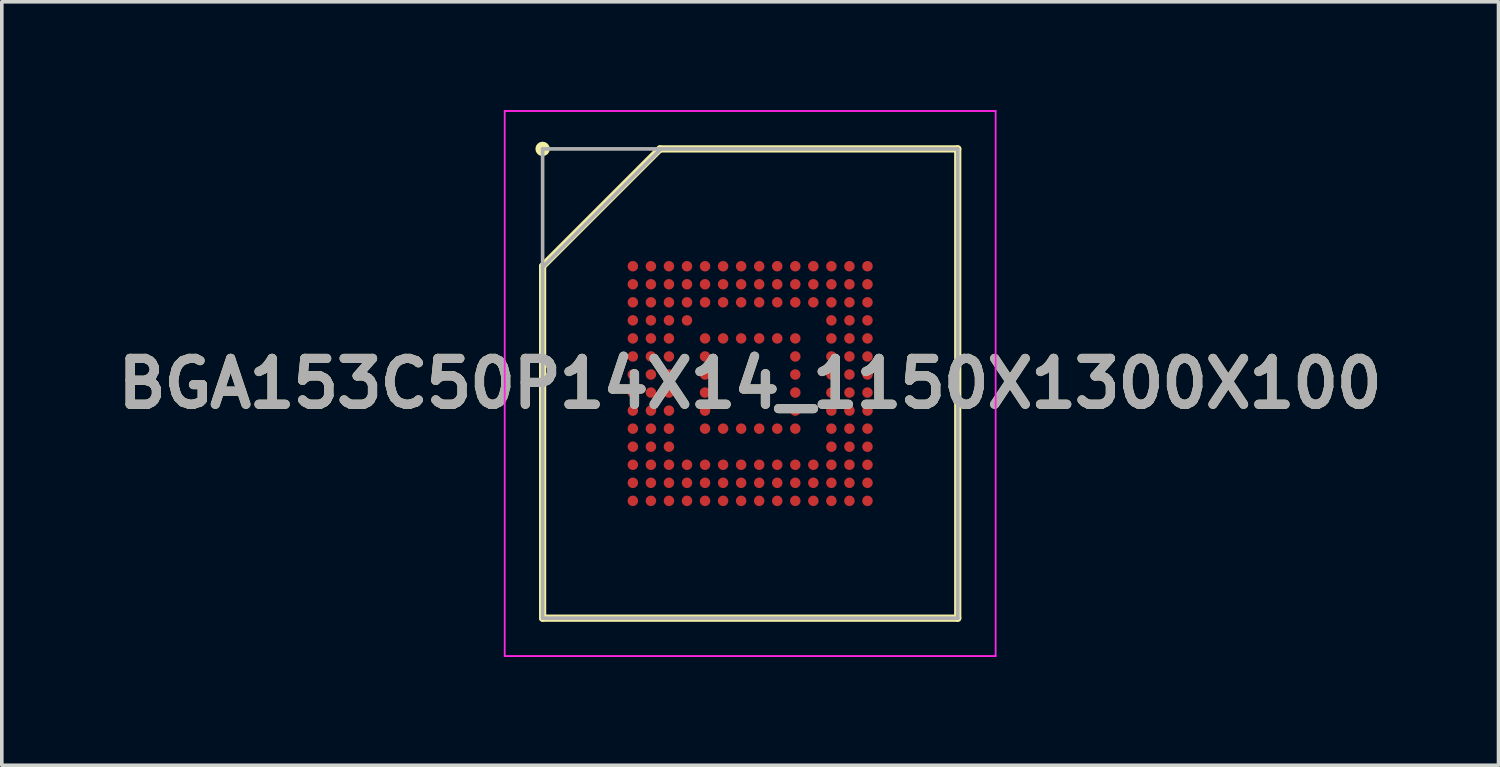
<source format=kicad_pcb>
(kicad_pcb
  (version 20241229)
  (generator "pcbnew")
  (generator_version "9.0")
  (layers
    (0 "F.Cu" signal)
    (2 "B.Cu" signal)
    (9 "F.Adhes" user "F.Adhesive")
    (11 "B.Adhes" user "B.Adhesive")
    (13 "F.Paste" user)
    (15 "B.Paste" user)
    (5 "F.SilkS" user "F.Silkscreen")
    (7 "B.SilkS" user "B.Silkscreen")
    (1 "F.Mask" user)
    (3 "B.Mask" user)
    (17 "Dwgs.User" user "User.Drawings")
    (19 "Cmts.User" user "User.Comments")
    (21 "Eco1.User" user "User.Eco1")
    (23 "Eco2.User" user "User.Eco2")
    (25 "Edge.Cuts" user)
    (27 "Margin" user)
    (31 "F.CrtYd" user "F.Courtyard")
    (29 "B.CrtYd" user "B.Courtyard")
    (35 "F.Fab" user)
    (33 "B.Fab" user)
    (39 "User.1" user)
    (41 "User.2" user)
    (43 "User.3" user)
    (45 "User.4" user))
  (footprint "BGA153C50P14X14_1150X1300X100"
    (layer "F.Cu")
    (at 17.732 7.575)
    (property "Reference" "BGA153C50P14X14_1150X1300X100" (at 0 0 0) (layer "F.SilkS") (effects (font (size 1.27 1.27) (thickness 0.254))))
    (attr smd)
    (fp_line (start -5.75 -3.25) (end -2.5 -6.5) (stroke (width 0.2) (type solid)) (layer "F.SilkS"))
    (fp_line (start -5.75 6.5) (end -5.75 -3.25) (stroke (width 0.2) (type solid)) (layer "F.SilkS"))
    (fp_line (start -2.5 -6.5) (end 5.75 -6.5) (stroke (width 0.2) (type solid)) (layer "F.SilkS"))
    (fp_line (start 5.75 -6.5) (end 5.75 6.5) (stroke (width 0.2) (type solid)) (layer "F.SilkS"))
    (fp_line (start 5.75 6.5) (end -5.75 6.5) (stroke (width 0.2) (type solid)) (layer "F.SilkS"))
    (fp_circle (center -5.75 -6.5) (end -5.75 -6.4) (stroke (width 0.2) (type solid)) (fill no) (layer "F.SilkS"))
    (fp_line (start -6.8 -7.55) (end 6.8 -7.55) (stroke (width 0.05) (type solid)) (layer "F.CrtYd"))
    (fp_line (start -6.8 7.55) (end -6.8 -7.55) (stroke (width 0.05) (type solid)) (layer "F.CrtYd"))
    (fp_line (start 6.8 -7.55) (end 6.8 7.55) (stroke (width 0.05) (type solid)) (layer "F.CrtYd"))
    (fp_line (start 6.8 7.55) (end -6.8 7.55) (stroke (width 0.05) (type solid)) (layer "F.CrtYd"))
    (fp_line (start -5.75 -6.5) (end 5.75 -6.5) (stroke (width 0.1) (type solid)) (layer "F.Fab"))
    (fp_line (start -5.75 -3.225) (end -2.475 -6.5) (stroke (width 0.1) (type solid)) (layer "F.Fab"))
    (fp_line (start -5.75 6.5) (end -5.75 -6.5) (stroke (width 0.1) (type solid)) (layer "F.Fab"))
    (fp_line (start 5.75 -6.5) (end 5.75 6.5) (stroke (width 0.1) (type solid)) (layer "F.Fab"))
    (fp_line (start 5.75 6.5) (end -5.75 6.5) (stroke (width 0.1) (type solid)) (layer "F.Fab"))
    (fp_text user "${REFERENCE}" (at 0 0 0) (layer "F.Fab") (effects (font (size 1.27 1.27) (thickness 0.254))))
    (pad "A1" smd circle (at -3.25 -3.25 90) (size 0.29 0.29) (layers "F.Cu" "F.Mask" "F.Paste"))
    (pad "A2" smd circle (at -2.75 -3.25 90) (size 0.29 0.29) (layers "F.Cu" "F.Mask" "F.Paste"))
    (pad "A3" smd circle (at -2.25 -3.25 90) (size 0.29 0.29) (layers "F.Cu" "F.Mask" "F.Paste"))
    (pad "A4" smd circle (at -1.75 -3.25 90) (size 0.29 0.29) (layers "F.Cu" "F.Mask" "F.Paste"))
    (pad "A5" smd circle (at -1.25 -3.25 90) (size 0.29 0.29) (layers "F.Cu" "F.Mask" "F.Paste"))
    (pad "A6" smd circle (at -0.75 -3.25 90) (size 0.29 0.29) (layers "F.Cu" "F.Mask" "F.Paste"))
    (pad "A7" smd circle (at -0.25 -3.25 90) (size 0.29 0.29) (layers "F.Cu" "F.Mask" "F.Paste"))
    (pad "A8" smd circle (at 0.25 -3.25 90) (size 0.29 0.29) (layers "F.Cu" "F.Mask" "F.Paste"))
    (pad "A9" smd circle (at 0.75 -3.25 90) (size 0.29 0.29) (layers "F.Cu" "F.Mask" "F.Paste"))
    (pad "A10" smd circle (at 1.25 -3.25 90) (size 0.29 0.29) (layers "F.Cu" "F.Mask" "F.Paste"))
    (pad "A11" smd circle (at 1.75 -3.25 90) (size 0.29 0.29) (layers "F.Cu" "F.Mask" "F.Paste"))
    (pad "A12" smd circle (at 2.25 -3.25 90) (size 0.29 0.29) (layers "F.Cu" "F.Mask" "F.Paste"))
    (pad "A13" smd circle (at 2.75 -3.25 90) (size 0.29 0.29) (layers "F.Cu" "F.Mask" "F.Paste"))
    (pad "A14" smd circle (at 3.25 -3.25 90) (size 0.29 0.29) (layers "F.Cu" "F.Mask" "F.Paste"))
    (pad "B1" smd circle (at -3.25 -2.75 90) (size 0.29 0.29) (layers "F.Cu" "F.Mask" "F.Paste"))
    (pad "B2" smd circle (at -2.75 -2.75 90) (size 0.29 0.29) (layers "F.Cu" "F.Mask" "F.Paste"))
    (pad "B3" smd circle (at -2.25 -2.75 90) (size 0.29 0.29) (layers "F.Cu" "F.Mask" "F.Paste"))
    (pad "B4" smd circle (at -1.75 -2.75 90) (size 0.29 0.29) (layers "F.Cu" "F.Mask" "F.Paste"))
    (pad "B5" smd circle (at -1.25 -2.75 90) (size 0.29 0.29) (layers "F.Cu" "F.Mask" "F.Paste"))
    (pad "B6" smd circle (at -0.75 -2.75 90) (size 0.29 0.29) (layers "F.Cu" "F.Mask" "F.Paste"))
    (pad "B7" smd circle (at -0.25 -2.75 90) (size 0.29 0.29) (layers "F.Cu" "F.Mask" "F.Paste"))
    (pad "B8" smd circle (at 0.25 -2.75 90) (size 0.29 0.29) (layers "F.Cu" "F.Mask" "F.Paste"))
    (pad "B9" smd circle (at 0.75 -2.75 90) (size 0.29 0.29) (layers "F.Cu" "F.Mask" "F.Paste"))
    (pad "B10" smd circle (at 1.25 -2.75 90) (size 0.29 0.29) (layers "F.Cu" "F.Mask" "F.Paste"))
    (pad "B11" smd circle (at 1.75 -2.75 90) (size 0.29 0.29) (layers "F.Cu" "F.Mask" "F.Paste"))
    (pad "B12" smd circle (at 2.25 -2.75 90) (size 0.29 0.29) (layers "F.Cu" "F.Mask" "F.Paste"))
    (pad "B13" smd circle (at 2.75 -2.75 90) (size 0.29 0.29) (layers "F.Cu" "F.Mask" "F.Paste"))
    (pad "B14" smd circle (at 3.25 -2.75 90) (size 0.29 0.29) (layers "F.Cu" "F.Mask" "F.Paste"))
    (pad "C1" smd circle (at -3.25 -2.25 90) (size 0.29 0.29) (layers "F.Cu" "F.Mask" "F.Paste"))
    (pad "C2" smd circle (at -2.75 -2.25 90) (size 0.29 0.29) (layers "F.Cu" "F.Mask" "F.Paste"))
    (pad "C3" smd circle (at -2.25 -2.25 90) (size 0.29 0.29) (layers "F.Cu" "F.Mask" "F.Paste"))
    (pad "C4" smd circle (at -1.75 -2.25 90) (size 0.29 0.29) (layers "F.Cu" "F.Mask" "F.Paste"))
    (pad "C5" smd circle (at -1.25 -2.25 90) (size 0.29 0.29) (layers "F.Cu" "F.Mask" "F.Paste"))
    (pad "C6" smd circle (at -0.75 -2.25 90) (size 0.29 0.29) (layers "F.Cu" "F.Mask" "F.Paste"))
    (pad "C7" smd circle (at -0.25 -2.25 90) (size 0.29 0.29) (layers "F.Cu" "F.Mask" "F.Paste"))
    (pad "C8" smd circle (at 0.25 -2.25 90) (size 0.29 0.29) (layers "F.Cu" "F.Mask" "F.Paste"))
    (pad "C9" smd circle (at 0.75 -2.25 90) (size 0.29 0.29) (layers "F.Cu" "F.Mask" "F.Paste"))
    (pad "C10" smd circle (at 1.25 -2.25 90) (size 0.29 0.29) (layers "F.Cu" "F.Mask" "F.Paste"))
    (pad "C11" smd circle (at 1.75 -2.25 90) (size 0.29 0.29) (layers "F.Cu" "F.Mask" "F.Paste"))
    (pad "C12" smd circle (at 2.25 -2.25 90) (size 0.29 0.29) (layers "F.Cu" "F.Mask" "F.Paste"))
    (pad "C13" smd circle (at 2.75 -2.25 90) (size 0.29 0.29) (layers "F.Cu" "F.Mask" "F.Paste"))
    (pad "C14" smd circle (at 3.25 -2.25 90) (size 0.29 0.29) (layers "F.Cu" "F.Mask" "F.Paste"))
    (pad "D1" smd circle (at -3.25 -1.75 90) (size 0.29 0.29) (layers "F.Cu" "F.Mask" "F.Paste"))
    (pad "D2" smd circle (at -2.75 -1.75 90) (size 0.29 0.29) (layers "F.Cu" "F.Mask" "F.Paste"))
    (pad "D3" smd circle (at -2.25 -1.75 90) (size 0.29 0.29) (layers "F.Cu" "F.Mask" "F.Paste"))
    (pad "D4" smd circle (at -1.75 -1.75 90) (size 0.29 0.29) (layers "F.Cu" "F.Mask" "F.Paste"))
    (pad "D12" smd circle (at 2.25 -1.75 90) (size 0.29 0.29) (layers "F.Cu" "F.Mask" "F.Paste"))
    (pad "D13" smd circle (at 2.75 -1.75 90) (size 0.29 0.29) (layers "F.Cu" "F.Mask" "F.Paste"))
    (pad "D14" smd circle (at 3.25 -1.75 90) (size 0.29 0.29) (layers "F.Cu" "F.Mask" "F.Paste"))
    (pad "E1" smd circle (at -3.25 -1.25 90) (size 0.29 0.29) (layers "F.Cu" "F.Mask" "F.Paste"))
    (pad "E2" smd circle (at -2.75 -1.25 90) (size 0.29 0.29) (layers "F.Cu" "F.Mask" "F.Paste"))
    (pad "E3" smd circle (at -2.25 -1.25 90) (size 0.29 0.29) (layers "F.Cu" "F.Mask" "F.Paste"))
    (pad "E5" smd circle (at -1.25 -1.25 90) (size 0.29 0.29) (layers "F.Cu" "F.Mask" "F.Paste"))
    (pad "E6" smd circle (at -0.75 -1.25 90) (size 0.29 0.29) (layers "F.Cu" "F.Mask" "F.Paste"))
    (pad "E7" smd circle (at -0.25 -1.25 90) (size 0.29 0.29) (layers "F.Cu" "F.Mask" "F.Paste"))
    (pad "E8" smd circle (at 0.25 -1.25 90) (size 0.29 0.29) (layers "F.Cu" "F.Mask" "F.Paste"))
    (pad "E9" smd circle (at 0.75 -1.25 90) (size 0.29 0.29) (layers "F.Cu" "F.Mask" "F.Paste"))
    (pad "E10" smd circle (at 1.25 -1.25 90) (size 0.29 0.29) (layers "F.Cu" "F.Mask" "F.Paste"))
    (pad "E12" smd circle (at 2.25 -1.25 90) (size 0.29 0.29) (layers "F.Cu" "F.Mask" "F.Paste"))
    (pad "E13" smd circle (at 2.75 -1.25 90) (size 0.29 0.29) (layers "F.Cu" "F.Mask" "F.Paste"))
    (pad "E14" smd circle (at 3.25 -1.25 90) (size 0.29 0.29) (layers "F.Cu" "F.Mask" "F.Paste"))
    (pad "F1" smd circle (at -3.25 -0.75 90) (size 0.29 0.29) (layers "F.Cu" "F.Mask" "F.Paste"))
    (pad "F2" smd circle (at -2.75 -0.75 90) (size 0.29 0.29) (layers "F.Cu" "F.Mask" "F.Paste"))
    (pad "F3" smd circle (at -2.25 -0.75 90) (size 0.29 0.29) (layers "F.Cu" "F.Mask" "F.Paste"))
    (pad "F5" smd circle (at -1.25 -0.75 90) (size 0.29 0.29) (layers "F.Cu" "F.Mask" "F.Paste"))
    (pad "F10" smd circle (at 1.25 -0.75 90) (size 0.29 0.29) (layers "F.Cu" "F.Mask" "F.Paste"))
    (pad "F12" smd circle (at 2.25 -0.75 90) (size 0.29 0.29) (layers "F.Cu" "F.Mask" "F.Paste"))
    (pad "F13" smd circle (at 2.75 -0.75 90) (size 0.29 0.29) (layers "F.Cu" "F.Mask" "F.Paste"))
    (pad "F14" smd circle (at 3.25 -0.75 90) (size 0.29 0.29) (layers "F.Cu" "F.Mask" "F.Paste"))
    (pad "G1" smd circle (at -3.25 -0.25 90) (size 0.29 0.29) (layers "F.Cu" "F.Mask" "F.Paste"))
    (pad "G2" smd circle (at -2.75 -0.25 90) (size 0.29 0.29) (layers "F.Cu" "F.Mask" "F.Paste"))
    (pad "G3" smd circle (at -2.25 -0.25 90) (size 0.29 0.29) (layers "F.Cu" "F.Mask" "F.Paste"))
    (pad "G5" smd circle (at -1.25 -0.25 90) (size 0.29 0.29) (layers "F.Cu" "F.Mask" "F.Paste"))
    (pad "G10" smd circle (at 1.25 -0.25 90) (size 0.29 0.29) (layers "F.Cu" "F.Mask" "F.Paste"))
    (pad "G12" smd circle (at 2.25 -0.25 90) (size 0.29 0.29) (layers "F.Cu" "F.Mask" "F.Paste"))
    (pad "G13" smd circle (at 2.75 -0.25 90) (size 0.29 0.29) (layers "F.Cu" "F.Mask" "F.Paste"))
    (pad "G14" smd circle (at 3.25 -0.25 90) (size 0.29 0.29) (layers "F.Cu" "F.Mask" "F.Paste"))
    (pad "H1" smd circle (at -3.25 0.25 90) (size 0.29 0.29) (layers "F.Cu" "F.Mask" "F.Paste"))
    (pad "H2" smd circle (at -2.75 0.25 90) (size 0.29 0.29) (layers "F.Cu" "F.Mask" "F.Paste"))
    (pad "H3" smd circle (at -2.25 0.25 90) (size 0.29 0.29) (layers "F.Cu" "F.Mask" "F.Paste"))
    (pad "H5" smd circle (at -1.25 0.25 90) (size 0.29 0.29) (layers "F.Cu" "F.Mask" "F.Paste"))
    (pad "H10" smd circle (at 1.25 0.25 90) (size 0.29 0.29) (layers "F.Cu" "F.Mask" "F.Paste"))
    (pad "H12" smd circle (at 2.25 0.25 90) (size 0.29 0.29) (layers "F.Cu" "F.Mask" "F.Paste"))
    (pad "H13" smd circle (at 2.75 0.25 90) (size 0.29 0.29) (layers "F.Cu" "F.Mask" "F.Paste"))
    (pad "H14" smd circle (at 3.25 0.25 90) (size 0.29 0.29) (layers "F.Cu" "F.Mask" "F.Paste"))
    (pad "J1" smd circle (at -3.25 0.75 90) (size 0.29 0.29) (layers "F.Cu" "F.Mask" "F.Paste"))
    (pad "J2" smd circle (at -2.75 0.75 90) (size 0.29 0.29) (layers "F.Cu" "F.Mask" "F.Paste"))
    (pad "J3" smd circle (at -2.25 0.75 90) (size 0.29 0.29) (layers "F.Cu" "F.Mask" "F.Paste"))
    (pad "J5" smd circle (at -1.25 0.75 90) (size 0.29 0.29) (layers "F.Cu" "F.Mask" "F.Paste"))
    (pad "J10" smd circle (at 1.25 0.75 90) (size 0.29 0.29) (layers "F.Cu" "F.Mask" "F.Paste"))
    (pad "J12" smd circle (at 2.25 0.75 90) (size 0.29 0.29) (layers "F.Cu" "F.Mask" "F.Paste"))
    (pad "J13" smd circle (at 2.75 0.75 90) (size 0.29 0.29) (layers "F.Cu" "F.Mask" "F.Paste"))
    (pad "J14" smd circle (at 3.25 0.75 90) (size 0.29 0.29) (layers "F.Cu" "F.Mask" "F.Paste"))
    (pad "K1" smd circle (at -3.25 1.25 90) (size 0.29 0.29) (layers "F.Cu" "F.Mask" "F.Paste"))
    (pad "K2" smd circle (at -2.75 1.25 90) (size 0.29 0.29) (layers "F.Cu" "F.Mask" "F.Paste"))
    (pad "K3" smd circle (at -2.25 1.25 90) (size 0.29 0.29) (layers "F.Cu" "F.Mask" "F.Paste"))
    (pad "K5" smd circle (at -1.25 1.25 90) (size 0.29 0.29) (layers "F.Cu" "F.Mask" "F.Paste"))
    (pad "K6" smd circle (at -0.75 1.25 90) (size 0.29 0.29) (layers "F.Cu" "F.Mask" "F.Paste"))
    (pad "K7" smd circle (at -0.25 1.25 90) (size 0.29 0.29) (layers "F.Cu" "F.Mask" "F.Paste"))
    (pad "K8" smd circle (at 0.25 1.25 90) (size 0.29 0.29) (layers "F.Cu" "F.Mask" "F.Paste"))
    (pad "K9" smd circle (at 0.75 1.25 90) (size 0.29 0.29) (layers "F.Cu" "F.Mask" "F.Paste"))
    (pad "K10" smd circle (at 1.25 1.25 90) (size 0.29 0.29) (layers "F.Cu" "F.Mask" "F.Paste"))
    (pad "K12" smd circle (at 2.25 1.25 90) (size 0.29 0.29) (layers "F.Cu" "F.Mask" "F.Paste"))
    (pad "K13" smd circle (at 2.75 1.25 90) (size 0.29 0.29) (layers "F.Cu" "F.Mask" "F.Paste"))
    (pad "K14" smd circle (at 3.25 1.25 90) (size 0.29 0.29) (layers "F.Cu" "F.Mask" "F.Paste"))
    (pad "L1" smd circle (at -3.25 1.75 90) (size 0.29 0.29) (layers "F.Cu" "F.Mask" "F.Paste"))
    (pad "L2" smd circle (at -2.75 1.75 90) (size 0.29 0.29) (layers "F.Cu" "F.Mask" "F.Paste"))
    (pad "L3" smd circle (at -2.25 1.75 90) (size 0.29 0.29) (layers "F.Cu" "F.Mask" "F.Paste"))
    (pad "L12" smd circle (at 2.25 1.75 90) (size 0.29 0.29) (layers "F.Cu" "F.Mask" "F.Paste"))
    (pad "L13" smd circle (at 2.75 1.75 90) (size 0.29 0.29) (layers "F.Cu" "F.Mask" "F.Paste"))
    (pad "L14" smd circle (at 3.25 1.75 90) (size 0.29 0.29) (layers "F.Cu" "F.Mask" "F.Paste"))
    (pad "M1" smd circle (at -3.25 2.25 90) (size 0.29 0.29) (layers "F.Cu" "F.Mask" "F.Paste"))
    (pad "M2" smd circle (at -2.75 2.25 90) (size 0.29 0.29) (layers "F.Cu" "F.Mask" "F.Paste"))
    (pad "M3" smd circle (at -2.25 2.25 90) (size 0.29 0.29) (layers "F.Cu" "F.Mask" "F.Paste"))
    (pad "M4" smd circle (at -1.75 2.25 90) (size 0.29 0.29) (layers "F.Cu" "F.Mask" "F.Paste"))
    (pad "M5" smd circle (at -1.25 2.25 90) (size 0.29 0.29) (layers "F.Cu" "F.Mask" "F.Paste"))
    (pad "M6" smd circle (at -0.75 2.25 90) (size 0.29 0.29) (layers "F.Cu" "F.Mask" "F.Paste"))
    (pad "M7" smd circle (at -0.25 2.25 90) (size 0.29 0.29) (layers "F.Cu" "F.Mask" "F.Paste"))
    (pad "M8" smd circle (at 0.25 2.25 90) (size 0.29 0.29) (layers "F.Cu" "F.Mask" "F.Paste"))
    (pad "M9" smd circle (at 0.75 2.25 90) (size 0.29 0.29) (layers "F.Cu" "F.Mask" "F.Paste"))
    (pad "M10" smd circle (at 1.25 2.25 90) (size 0.29 0.29) (layers "F.Cu" "F.Mask" "F.Paste"))
    (pad "M11" smd circle (at 1.75 2.25 90) (size 0.29 0.29) (layers "F.Cu" "F.Mask" "F.Paste"))
    (pad "M12" smd circle (at 2.25 2.25 90) (size 0.29 0.29) (layers "F.Cu" "F.Mask" "F.Paste"))
    (pad "M13" smd circle (at 2.75 2.25 90) (size 0.29 0.29) (layers "F.Cu" "F.Mask" "F.Paste"))
    (pad "M14" smd circle (at 3.25 2.25 90) (size 0.29 0.29) (layers "F.Cu" "F.Mask" "F.Paste"))
    (pad "N1" smd circle (at -3.25 2.75 90) (size 0.29 0.29) (layers "F.Cu" "F.Mask" "F.Paste"))
    (pad "N2" smd circle (at -2.75 2.75 90) (size 0.29 0.29) (layers "F.Cu" "F.Mask" "F.Paste"))
    (pad "N3" smd circle (at -2.25 2.75 90) (size 0.29 0.29) (layers "F.Cu" "F.Mask" "F.Paste"))
    (pad "N4" smd circle (at -1.75 2.75 90) (size 0.29 0.29) (layers "F.Cu" "F.Mask" "F.Paste"))
    (pad "N5" smd circle (at -1.25 2.75 90) (size 0.29 0.29) (layers "F.Cu" "F.Mask" "F.Paste"))
    (pad "N6" smd circle (at -0.75 2.75 90) (size 0.29 0.29) (layers "F.Cu" "F.Mask" "F.Paste"))
    (pad "N7" smd circle (at -0.25 2.75 90) (size 0.29 0.29) (layers "F.Cu" "F.Mask" "F.Paste"))
    (pad "N8" smd circle (at 0.25 2.75 90) (size 0.29 0.29) (layers "F.Cu" "F.Mask" "F.Paste"))
    (pad "N9" smd circle (at 0.75 2.75 90) (size 0.29 0.29) (layers "F.Cu" "F.Mask" "F.Paste"))
    (pad "N10" smd circle (at 1.25 2.75 90) (size 0.29 0.29) (layers "F.Cu" "F.Mask" "F.Paste"))
    (pad "N11" smd circle (at 1.75 2.75 90) (size 0.29 0.29) (layers "F.Cu" "F.Mask" "F.Paste"))
    (pad "N12" smd circle (at 2.25 2.75 90) (size 0.29 0.29) (layers "F.Cu" "F.Mask" "F.Paste"))
    (pad "N13" smd circle (at 2.75 2.75 90) (size 0.29 0.29) (layers "F.Cu" "F.Mask" "F.Paste"))
    (pad "N14" smd circle (at 3.25 2.75 90) (size 0.29 0.29) (layers "F.Cu" "F.Mask" "F.Paste"))
    (pad "P1" smd circle (at -3.25 3.25 90) (size 0.29 0.29) (layers "F.Cu" "F.Mask" "F.Paste"))
    (pad "P2" smd circle (at -2.75 3.25 90) (size 0.29 0.29) (layers "F.Cu" "F.Mask" "F.Paste"))
    (pad "P3" smd circle (at -2.25 3.25 90) (size 0.29 0.29) (layers "F.Cu" "F.Mask" "F.Paste"))
    (pad "P4" smd circle (at -1.75 3.25 90) (size 0.29 0.29) (layers "F.Cu" "F.Mask" "F.Paste"))
    (pad "P5" smd circle (at -1.25 3.25 90) (size 0.29 0.29) (layers "F.Cu" "F.Mask" "F.Paste"))
    (pad "P6" smd circle (at -0.75 3.25 90) (size 0.29 0.29) (layers "F.Cu" "F.Mask" "F.Paste"))
    (pad "P7" smd circle (at -0.25 3.25 90) (size 0.29 0.29) (layers "F.Cu" "F.Mask" "F.Paste"))
    (pad "P8" smd circle (at 0.25 3.25 90) (size 0.29 0.29) (layers "F.Cu" "F.Mask" "F.Paste"))
    (pad "P9" smd circle (at 0.75 3.25 90) (size 0.29 0.29) (layers "F.Cu" "F.Mask" "F.Paste"))
    (pad "P10" smd circle (at 1.25 3.25 90) (size 0.29 0.29) (layers "F.Cu" "F.Mask" "F.Paste"))
    (pad "P11" smd circle (at 1.75 3.25 90) (size 0.29 0.29) (layers "F.Cu" "F.Mask" "F.Paste"))
    (pad "P12" smd circle (at 2.25 3.25 90) (size 0.29 0.29) (layers "F.Cu" "F.Mask" "F.Paste"))
    (pad "P13" smd circle (at 2.75 3.25 90) (size 0.29 0.29) (layers "F.Cu" "F.Mask" "F.Paste"))
    (pad "P14" smd circle (at 3.25 3.25 90) (size 0.29 0.29) (layers "F.Cu" "F.Mask" "F.Paste")))
  (gr_rect
    (start -3 -3)
    (end 38.463 18.15)
    (stroke (width 0.1) (type default))
    (fill no)
    (layer "Edge.Cuts")))
</source>
